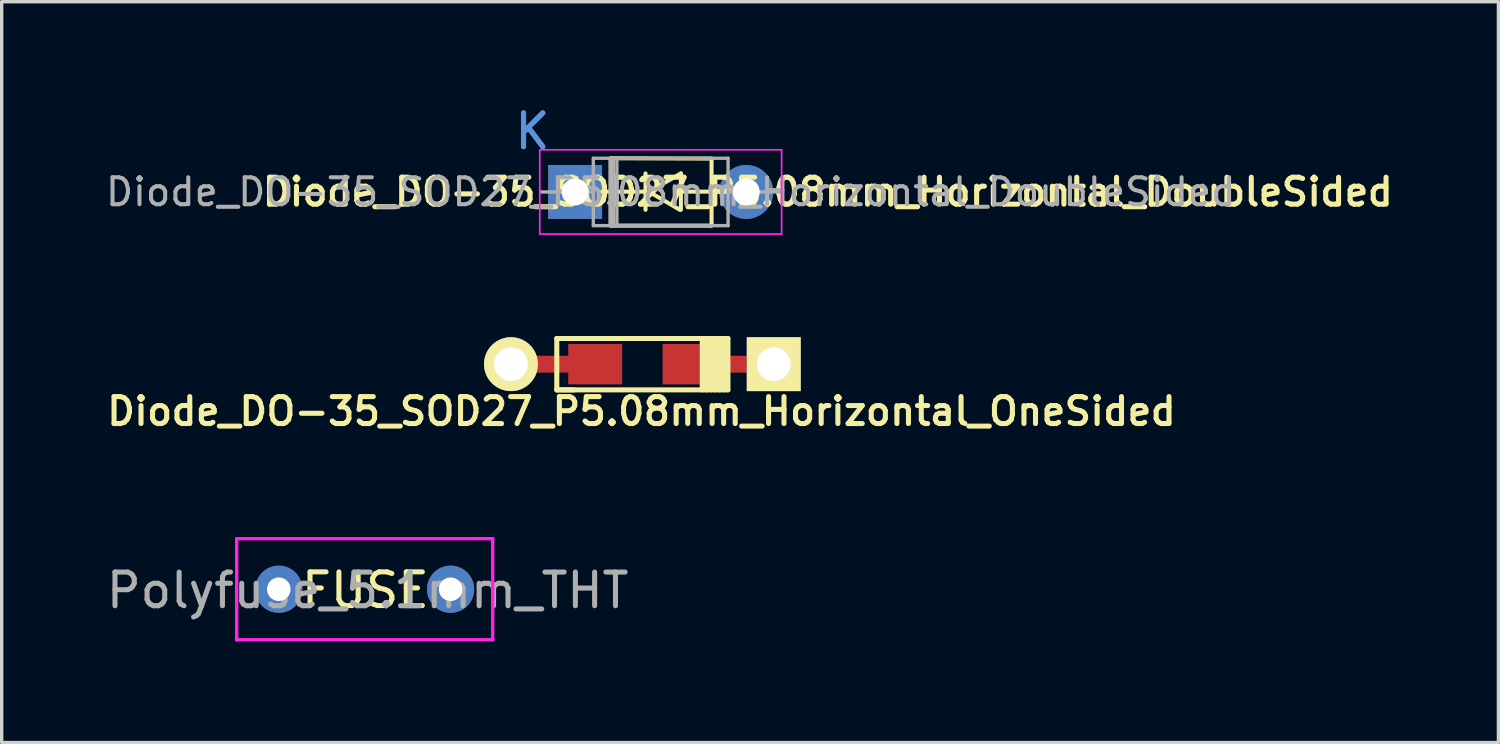
<source format=kicad_pcb>
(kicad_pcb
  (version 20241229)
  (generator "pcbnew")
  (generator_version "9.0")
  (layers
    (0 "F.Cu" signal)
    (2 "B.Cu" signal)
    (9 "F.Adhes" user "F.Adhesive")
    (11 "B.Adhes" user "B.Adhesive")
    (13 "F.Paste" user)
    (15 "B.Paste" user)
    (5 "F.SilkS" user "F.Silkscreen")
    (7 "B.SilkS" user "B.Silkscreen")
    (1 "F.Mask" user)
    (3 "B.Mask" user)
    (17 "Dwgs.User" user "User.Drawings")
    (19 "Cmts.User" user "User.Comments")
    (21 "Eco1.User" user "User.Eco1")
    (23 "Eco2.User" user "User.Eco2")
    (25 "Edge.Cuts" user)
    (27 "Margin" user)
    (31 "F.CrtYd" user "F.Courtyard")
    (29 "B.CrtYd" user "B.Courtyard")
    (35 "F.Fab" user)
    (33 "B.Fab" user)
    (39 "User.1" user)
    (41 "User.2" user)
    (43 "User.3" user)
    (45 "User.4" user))
  (footprint "Polyfuse_5.1mm_THT"
    (layer "F.Cu")
    (at 7.776 14.441)
    (property "Reference" "Polyfuse_5.1mm_THT" (at 0.087 0.035 0) (layer "F.Fab") (effects (font (size 1 1) (thickness 0.15))))
    (attr through_hole)
    (fp_line (start -3.8 -1.5) (end 3.8 -1.5) (stroke (width 0.1) (type solid)) (layer "F.CrtYd"))
    (fp_line (start -3.8 1.5) (end -3.8 -1.5) (stroke (width 0.1) (type solid)) (layer "F.CrtYd"))
    (fp_line (start 3.8 -1.5) (end 3.8 1.5) (stroke (width 0.1) (type solid)) (layer "F.CrtYd"))
    (fp_line (start 3.8 1.5) (end -3.8 1.5) (stroke (width 0.1) (type solid)) (layer "F.CrtYd"))
    (fp_text user "FUSE" (at 0.02 0.03 0) (layer "F.SilkS") (effects (font (size 1 1) (thickness 0.15))))
    (pad "1" thru_hole circle (at -2.55 0) (size 1.4 1.4) (drill 0.7) (layers "*.Cu" "*.Mask"))
    (pad "2" thru_hole circle (at 2.55 0) (size 1.4 1.4) (drill 0.7) (layers "*.Cu" "*.Mask")))
  (footprint "Diode_DO-35_SOD27_P5.08mm_Horizontal_DoubleSided"
    (layer "F.Cu")
    (at 12.752 2.648)
    (property "Reference" "Diode_DO-35_SOD27_P5.08mm_Horizontal_DoubleSided" (at 8.77 0 0) (layer "F.SilkS") (effects (font (size 0.8 0.8) (thickness 0.15))))
    (attr through_hole)
    (fp_line (start 2.07 -0.01) (end 3.35 -0.01) (stroke (width 0.12) (type solid)) (layer "F.SilkS"))
    (fp_line (start 2.33 -1) (end 5.32 -0.99) (stroke (width 0.12) (type solid)) (layer "F.SilkS"))
    (fp_line (start 2.33 1) (end 2.33 -1) (stroke (width 0.12) (type solid)) (layer "F.SilkS"))
    (fp_line (start 2.34 1) (end 5.31 1) (stroke (width 0.12) (type solid)) (layer "F.SilkS"))
    (fp_line (start 3.36 0.53) (end 3.36 -0.55) (stroke (width 0.12) (type solid)) (layer "F.SilkS"))
    (fp_line (start 3.46 -0.01) (end 4.41 -0.55) (stroke (width 0.12) (type solid)) (layer "F.SilkS"))
    (fp_line (start 3.47 0) (end 4.38 0.53) (stroke (width 0.12) (type solid)) (layer "F.SilkS"))
    (fp_line (start 4.41 0.53) (end 4.41 -0.55) (stroke (width 0.12) (type solid)) (layer "F.SilkS"))
    (fp_line (start 5.32 1) (end 5.32 -0.99) (stroke (width 0.12) (type solid)) (layer "F.SilkS"))
    (fp_line (start 5.53 -0.01) (end 4.41 -0.01) (stroke (width 0.12) (type solid)) (layer "F.SilkS"))
    (fp_line (start 0.22 -1.25) (end 0.22 1.25) (stroke (width 0.05) (type solid)) (layer "F.CrtYd"))
    (fp_line (start 0.22 1.25) (end 7.4 1.25) (stroke (width 0.05) (type solid)) (layer "F.CrtYd"))
    (fp_line (start 7.4 -1.25) (end 0.22 -1.25) (stroke (width 0.05) (type solid)) (layer "F.CrtYd"))
    (fp_line (start 7.4 1.25) (end 7.4 -1.25) (stroke (width 0.05) (type solid)) (layer "F.CrtYd"))
    (fp_line (start 0.25 0) (end 1.81 0) (stroke (width 0.1) (type solid)) (layer "F.Fab"))
    (fp_line (start 1.81 -1) (end 1.81 1) (stroke (width 0.1) (type solid)) (layer "F.Fab"))
    (fp_line (start 1.81 1) (end 5.81 1) (stroke (width 0.1) (type solid)) (layer "F.Fab"))
    (fp_line (start 2.31 -1) (end 2.31 1) (stroke (width 0.1) (type solid)) (layer "F.Fab"))
    (fp_line (start 2.41 -1) (end 2.41 1) (stroke (width 0.1) (type solid)) (layer "F.Fab"))
    (fp_line (start 2.51 -1) (end 2.51 1) (stroke (width 0.1) (type solid)) (layer "F.Fab"))
    (fp_line (start 5.81 -1) (end 1.81 -1) (stroke (width 0.1) (type solid)) (layer "F.Fab"))
    (fp_line (start 5.81 1) (end 5.81 -1) (stroke (width 0.1) (type solid)) (layer "F.Fab"))
    (fp_line (start 7.37 0) (end 5.81 0) (stroke (width 0.1) (type solid)) (layer "F.Fab"))
    (fp_text user "K" (at 0 -1.8 0) (layer "Cmts.User") (effects (font (size 1 1) (thickness 0.15))))
    (fp_text user "K" (at 0 -1.8 0) (layer "F.Fab") (effects (font (size 1 1) (thickness 0.15))))
    (fp_text user "${REFERENCE}" (at 4.11 0 0) (layer "F.Fab") (effects (font (size 0.8 0.8) (thickness 0.12))))
    (pad "1" thru_hole rect (at 1.27 0) (size 1.6 1.6) (drill 0.8) (layers "*.Cu" "*.Mask"))
    (pad "2" thru_hole oval (at 6.35 0) (size 1.6 1.6) (drill 0.8) (layers "*.Cu" "*.Mask")))
  (footprint "Diode_DO-35_SOD27_P5.08mm_Horizontal_OneSided"
    (layer "F.Cu")
    (at 16.018 7.76)
    (property "Reference" "Diode_DO-35_SOD27_P5.08mm_Horizontal_OneSided" (at -0.025 1.4 0) (layer "F.SilkS") (effects (font (size 0.8 0.8) (thickness 0.15))))
    (attr smd)
    (fp_line (start -2.54 -0.762) (end -2.54 0.762) (stroke (width 0.15) (type solid)) (layer "F.SilkS"))
    (fp_line (start -2.54 0.762) (end -2.032 0.762) (stroke (width 0.15) (type solid)) (layer "F.SilkS"))
    (fp_line (start -2.54 0.762) (end 2.54 0.762) (stroke (width 0.15) (type solid)) (layer "F.SilkS"))
    (fp_line (start 1.778 0.762) (end 1.778 -0.762) (stroke (width 0.15) (type solid)) (layer "F.SilkS"))
    (fp_line (start 1.905 0.762) (end 1.905 -0.762) (stroke (width 0.15) (type solid)) (layer "F.SilkS"))
    (fp_line (start 2.032 -0.762) (end 2.032 0.762) (stroke (width 0.15) (type solid)) (layer "F.SilkS"))
    (fp_line (start 2.159 0.762) (end 2.159 -0.762) (stroke (width 0.15) (type solid)) (layer "F.SilkS"))
    (fp_line (start 2.286 -0.762) (end 2.286 0.762) (stroke (width 0.15) (type solid)) (layer "F.SilkS"))
    (fp_line (start 2.413 0.762) (end 2.413 -0.762) (stroke (width 0.15) (type solid)) (layer "F.SilkS"))
    (fp_line (start 2.54 -0.762) (end -2.54 -0.762) (stroke (width 0.15) (type solid)) (layer "F.SilkS"))
    (fp_line (start 2.54 0.762) (end 2.54 -0.762) (stroke (width 0.15) (type solid)) (layer "F.SilkS"))
    (pad "1" smd rect (at 1.4 0) (size 1.6 1.2) (layers "F.Cu" "F.Mask" "F.Paste"))
    (pad "1" smd rect (at 2.5 0) (size 2.9 0.5) (layers "F.Cu"))
    (pad "1" thru_hole rect (at 3.9 0) (size 1.6 1.6) (drill 1) (layers "*.Cu" "*.Mask" "F.SilkS"))
    (pad "2" thru_hole circle (at -3.9 0) (size 1.6 1.6) (drill 1) (layers "*.Cu" "*.Mask" "F.SilkS"))
    (pad "2" smd rect (at -2.5 0) (size 2.9 0.5) (layers "F.Cu"))
    (pad "2" smd rect (at -1.4 0) (size 1.6 1.2) (layers "F.Cu" "F.Mask" "F.Paste")))
  (gr_rect
    (start -3 -3)
    (end 41.429 18.991)
    (stroke (width 0.1) (type default))
    (fill no)
    (layer "Edge.Cuts")))
</source>
